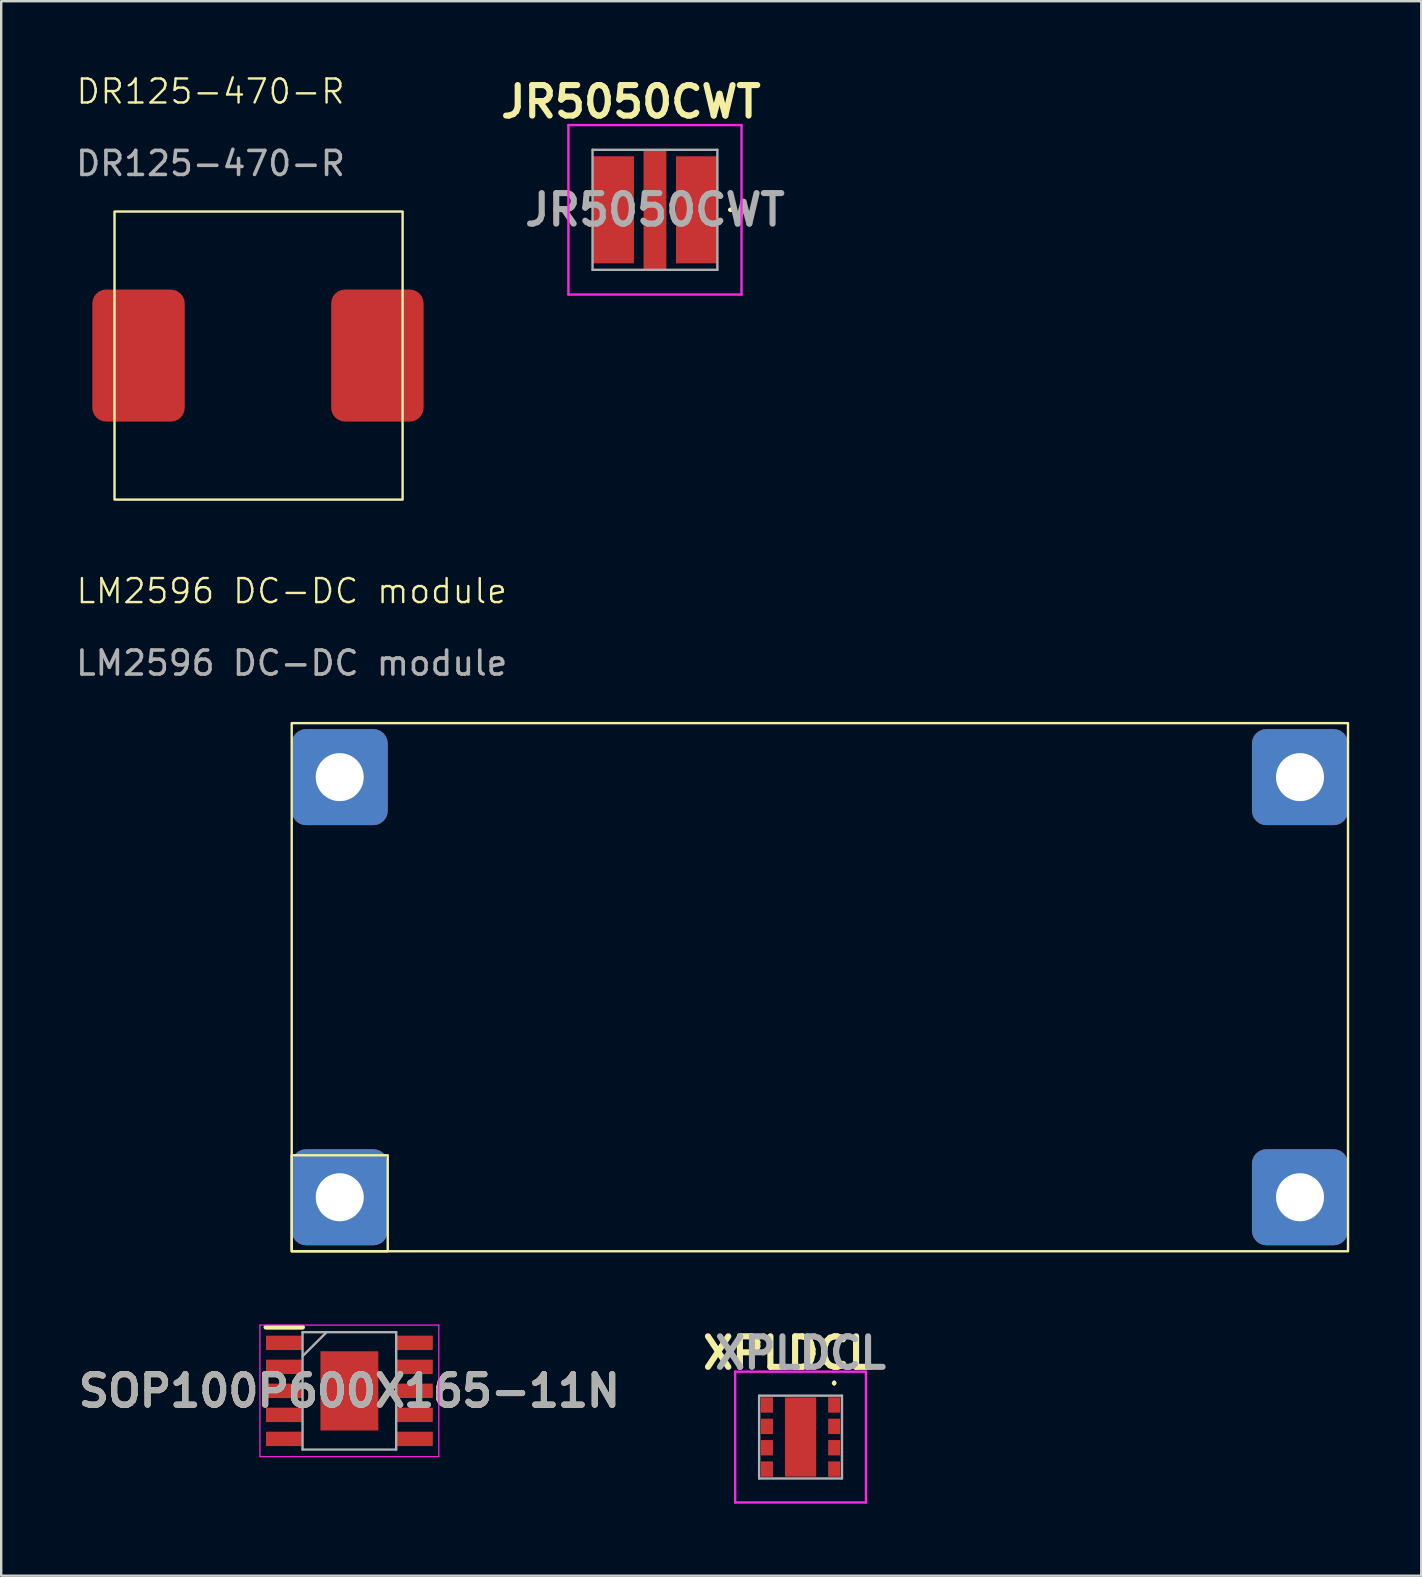
<source format=kicad_pcb>
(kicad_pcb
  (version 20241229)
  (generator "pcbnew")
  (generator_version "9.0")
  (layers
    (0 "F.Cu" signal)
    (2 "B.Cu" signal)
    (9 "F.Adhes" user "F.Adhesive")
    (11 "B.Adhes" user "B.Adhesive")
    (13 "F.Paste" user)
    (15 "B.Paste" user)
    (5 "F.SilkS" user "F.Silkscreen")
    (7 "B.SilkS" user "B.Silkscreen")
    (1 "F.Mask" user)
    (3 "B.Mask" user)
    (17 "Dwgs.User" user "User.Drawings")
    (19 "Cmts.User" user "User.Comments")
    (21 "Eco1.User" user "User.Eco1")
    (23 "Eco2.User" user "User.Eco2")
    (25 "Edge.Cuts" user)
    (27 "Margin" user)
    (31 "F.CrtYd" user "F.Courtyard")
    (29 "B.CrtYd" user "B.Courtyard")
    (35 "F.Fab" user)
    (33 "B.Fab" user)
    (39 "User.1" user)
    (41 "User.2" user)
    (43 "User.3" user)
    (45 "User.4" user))
  (footprint "DR125-470-R"
    (layer "F.Cu")
    (at 2.72 11.761)
    (property "Reference" "DR125-470-R" (at 3 -11 0) (unlocked yes) (layer "F.SilkS") (effects (font (size 1 1) (thickness 0.1))))
    (attr smd)
    (fp_rect (start -1 -6) (end 11 6) (stroke (width 0.1) (type solid)) (fill no) (layer "F.SilkS"))
    (fp_text user "${REFERENCE}" (at 3 -8 0) (unlocked yes) (layer "F.Fab") (effects (font (size 1 1) (thickness 0.15))))
    (pad "1" smd roundrect (at 0 0) (size 3.85 5.5) (layers "F.Cu" "F.Mask" "F.Paste") (roundrect_rratio 0.15))
    (pad "2" smd roundrect (at 9.95 0) (size 3.85 5.5) (layers "F.Cu" "F.Mask" "F.Paste") (roundrect_rratio 0.15)))
  (footprint "XPLDCL"
    (layer "F.Cu")
    (at 30.297 56.81)
    (property "Reference" "XPLDCL" (at -0.5 -3.5 0) (layer "F.SilkS") (effects (font (size 1.27 1.27) (thickness 0.254))))
    (attr smd)
    (fp_line (start 1.4 -2.3) (end 1.4 -2.3) (stroke (width 0.1) (type solid)) (layer "F.SilkS"))
    (fp_line (start 1.4 -2.2) (end 1.4 -2.2) (stroke (width 0.1) (type solid)) (layer "F.SilkS"))
    (fp_arc (start 1.4 -2.3) (mid 1.45 -2.25) (end 1.4 -2.2) (stroke (width 0.1) (type solid)) (layer "F.SilkS"))
    (fp_arc (start 1.4 -2.2) (mid 1.35 -2.25) (end 1.4 -2.3) (stroke (width 0.1) (type solid)) (layer "F.SilkS"))
    (fp_line (start -2.725 -2.725) (end -2.725 2.725) (stroke (width 0.1) (type solid)) (layer "F.CrtYd"))
    (fp_line (start -2.725 2.725) (end 2.725 2.725) (stroke (width 0.1) (type solid)) (layer "F.CrtYd"))
    (fp_line (start 2.725 -2.725) (end -2.725 -2.725) (stroke (width 0.1) (type solid)) (layer "F.CrtYd"))
    (fp_line (start 2.725 2.725) (end 2.725 -2.725) (stroke (width 0.1) (type solid)) (layer "F.CrtYd"))
    (fp_line (start -1.725 -1.725) (end 1.725 -1.725) (stroke (width 0.1) (type solid)) (layer "F.Fab"))
    (fp_line (start -1.725 1.725) (end -1.725 -1.725) (stroke (width 0.1) (type solid)) (layer "F.Fab"))
    (fp_line (start 1.725 -1.725) (end 1.725 1.725) (stroke (width 0.1) (type solid)) (layer "F.Fab"))
    (fp_line (start 1.725 1.725) (end -1.725 1.725) (stroke (width 0.1) (type solid)) (layer "F.Fab"))
    (fp_text user "${REFERENCE}" (at 0 -3.5 0) (layer "F.Fab") (effects (font (size 1.27 1.27) (thickness 0.254))))
    (pad "1" smd rect (at 1.4 -1.335) (size 0.5 0.64) (layers "F.Cu" "F.Mask" "F.Paste"))
    (pad "2" smd rect (at 1.4 -0.445) (size 0.5 0.64) (layers "F.Cu" "F.Mask" "F.Paste"))
    (pad "3" smd rect (at 1.4 0.445) (size 0.5 0.64) (layers "F.Cu" "F.Mask" "F.Paste"))
    (pad "4" smd rect (at 1.4 1.335) (size 0.5 0.64) (layers "F.Cu" "F.Mask" "F.Paste"))
    (pad "5" smd rect (at -1.4 1.335) (size 0.5 0.64) (layers "F.Cu" "F.Mask" "F.Paste"))
    (pad "6" smd rect (at -1.4 0.445) (size 0.5 0.64) (layers "F.Cu" "F.Mask" "F.Paste"))
    (pad "7" smd rect (at -1.4 -0.445) (size 0.5 0.64) (layers "F.Cu" "F.Mask" "F.Paste"))
    (pad "8" smd rect (at -1.4 -1.335) (size 0.5 0.64) (layers "F.Cu" "F.Mask" "F.Paste"))
    (pad "9" smd rect (at 0 0) (size 1.3 3.3) (layers "F.Cu" "F.Mask" "F.Paste")))
  (footprint "JR5050CWT"
    (layer "F.Cu")
    (at 24.232 5.689)
    (property "Reference" "JR5050CWT" (at -1 -4.5 0) (layer "F.SilkS") (effects (font (size 1.27 1.27) (thickness 0.254))))
    (attr smd)
    (fp_line (start 3.1 0) (end 3.1 0) (stroke (width 0.1) (type solid)) (layer "F.SilkS"))
    (fp_line (start 3.2 0) (end 3.2 0) (stroke (width 0.1) (type solid)) (layer "F.SilkS"))
    (fp_arc (start 3.1 0) (mid 3.15 -0.05) (end 3.2 0) (stroke (width 0.1) (type solid)) (layer "F.SilkS"))
    (fp_arc (start 3.2 0) (mid 3.15 0.05) (end 3.1 0) (stroke (width 0.1) (type solid)) (layer "F.SilkS"))
    (fp_line (start -3.605 -3.53) (end -3.605 3.53) (stroke (width 0.1) (type solid)) (layer "F.CrtYd"))
    (fp_line (start -3.605 3.53) (end 3.605 3.53) (stroke (width 0.1) (type solid)) (layer "F.CrtYd"))
    (fp_line (start 3.605 -3.53) (end -3.605 -3.53) (stroke (width 0.1) (type solid)) (layer "F.CrtYd"))
    (fp_line (start 3.605 3.53) (end 3.605 -3.53) (stroke (width 0.1) (type solid)) (layer "F.CrtYd"))
    (fp_line (start -2.6 -2.5) (end -2.6 2.5) (stroke (width 0.1) (type solid)) (layer "F.Fab"))
    (fp_line (start -2.6 2.5) (end 2.6 2.5) (stroke (width 0.1) (type solid)) (layer "F.Fab"))
    (fp_line (start 2.6 -2.5) (end -2.6 -2.5) (stroke (width 0.1) (type solid)) (layer "F.Fab"))
    (fp_line (start 2.6 2.5) (end 2.6 -2.5) (stroke (width 0.1) (type solid)) (layer "F.Fab"))
    (fp_text user "${REFERENCE}" (at 0 0 0) (layer "F.Fab") (effects (font (size 1.27 1.27) (thickness 0.254))))
    (pad "1" smd rect (at 1.74 0) (size 1.73 4.46) (layers "F.Cu" "F.Mask" "F.Paste"))
    (pad "2" smd rect (at -1.74 0) (size 1.73 4.46) (layers "F.Cu" "F.Mask" "F.Paste"))
    (pad "3" smd rect (at 0 0) (size 0.95 5.06) (layers "F.Cu" "F.Mask" "F.Paste")))
  (footprint "LM2596 DC-DC module"
    (layer "F.Cu")
    (at 9.101 27.071)
    (property "Reference" "LM2596 DC-DC module" (at 0 -5.5 0) (unlocked yes) (layer "F.SilkS") (effects (font (size 1 1) (thickness 0.1))))
    (attr smd)
    (fp_rect (start 0 0) (end 44 22) (stroke (width 0.1) (type solid)) (fill no) (layer "F.SilkS"))
    (fp_rect (start 0 18) (end 4 22) (stroke (width 0.1) (type default)) (fill no) (layer "F.SilkS"))
    (fp_text user "${REFERENCE}" (at 0 -2.5 0) (unlocked yes) (layer "F.Fab") (effects (font (size 1 1) (thickness 0.15))))
    (pad "1" thru_hole roundrect (at 2 2.25) (size 4 4) (drill 2) (layers "*.Cu" "*.Mask") (roundrect_rratio 0.15))
    (pad "2" thru_hole roundrect (at 2 19.75) (size 4 4) (drill 2) (layers "*.Cu" "*.Mask") (roundrect_rratio 0.15))
    (pad "3" thru_hole roundrect (at 42 2.25) (size 4 4) (drill 2) (layers "*.Cu" "*.Mask") (roundrect_rratio 0.15))
    (pad "4" thru_hole roundrect (at 42 19.75) (size 4 4) (drill 2) (layers "*.Cu" "*.Mask") (roundrect_rratio 0.15)))
  (footprint "SOP100P600X165-11N"
    (layer "F.Cu")
    (at 11.503 54.886)
    (property "Reference" "SOP100P600X165-11N" (at 0 0 0) (layer "F.SilkS") (effects (font (size 1.27 1.27) (thickness 0.254))))
    (attr smd)
    (fp_line (start -3.475 -2.65) (end -1.95 -2.65) (stroke (width 0.2) (type solid)) (layer "F.SilkS"))
    (fp_line (start -3.725 -2.74) (end 3.725 -2.74) (stroke (width 0.05) (type solid)) (layer "F.CrtYd"))
    (fp_line (start -3.725 2.74) (end -3.725 -2.74) (stroke (width 0.05) (type solid)) (layer "F.CrtYd"))
    (fp_line (start 3.725 -2.74) (end 3.725 2.74) (stroke (width 0.05) (type solid)) (layer "F.CrtYd"))
    (fp_line (start 3.725 2.74) (end -3.725 2.74) (stroke (width 0.05) (type solid)) (layer "F.CrtYd"))
    (fp_line (start -1.95 -2.445) (end 1.95 -2.445) (stroke (width 0.1) (type solid)) (layer "F.Fab"))
    (fp_line (start -1.95 -1.445) (end -0.95 -2.445) (stroke (width 0.1) (type solid)) (layer "F.Fab"))
    (fp_line (start -1.95 2.445) (end -1.95 -2.445) (stroke (width 0.1) (type solid)) (layer "F.Fab"))
    (fp_line (start 1.95 -2.445) (end 1.95 2.445) (stroke (width 0.1) (type solid)) (layer "F.Fab"))
    (fp_line (start 1.95 2.445) (end -1.95 2.445) (stroke (width 0.1) (type solid)) (layer "F.Fab"))
    (fp_text user "${REFERENCE}" (at 0 0 0) (layer "F.Fab") (effects (font (size 1.27 1.27) (thickness 0.254))))
    (pad "1" smd rect (at -2.712 -2 90) (size 0.6 1.525) (layers "F.Cu" "F.Mask" "F.Paste"))
    (pad "2" smd rect (at -2.712 -1 90) (size 0.6 1.525) (layers "F.Cu" "F.Mask" "F.Paste"))
    (pad "3" smd rect (at -2.712 0 90) (size 0.6 1.525) (layers "F.Cu" "F.Mask" "F.Paste"))
    (pad "4" smd rect (at -2.712 1 90) (size 0.6 1.525) (layers "F.Cu" "F.Mask" "F.Paste"))
    (pad "5" smd rect (at -2.712 2 90) (size 0.6 1.525) (layers "F.Cu" "F.Mask" "F.Paste"))
    (pad "6" smd rect (at 2.712 2 90) (size 0.6 1.525) (layers "F.Cu" "F.Mask" "F.Paste"))
    (pad "7" smd rect (at 2.712 1 90) (size 0.6 1.525) (layers "F.Cu" "F.Mask" "F.Paste"))
    (pad "8" smd rect (at 2.712 0 90) (size 0.6 1.525) (layers "F.Cu" "F.Mask" "F.Paste"))
    (pad "9" smd rect (at 2.712 -1 90) (size 0.6 1.525) (layers "F.Cu" "F.Mask" "F.Paste"))
    (pad "10" smd rect (at 2.712 -2 90) (size 0.6 1.525) (layers "F.Cu" "F.Mask" "F.Paste"))
    (pad "11" smd rect (at 0 0) (size 2.41 3.3) (layers "F.Cu" "F.Mask" "F.Paste")))
  (gr_rect
    (start -3 -3)
    (end 56.151 62.585)
    (stroke (width 0.1) (type default))
    (fill no)
    (layer "Edge.Cuts")))
</source>
